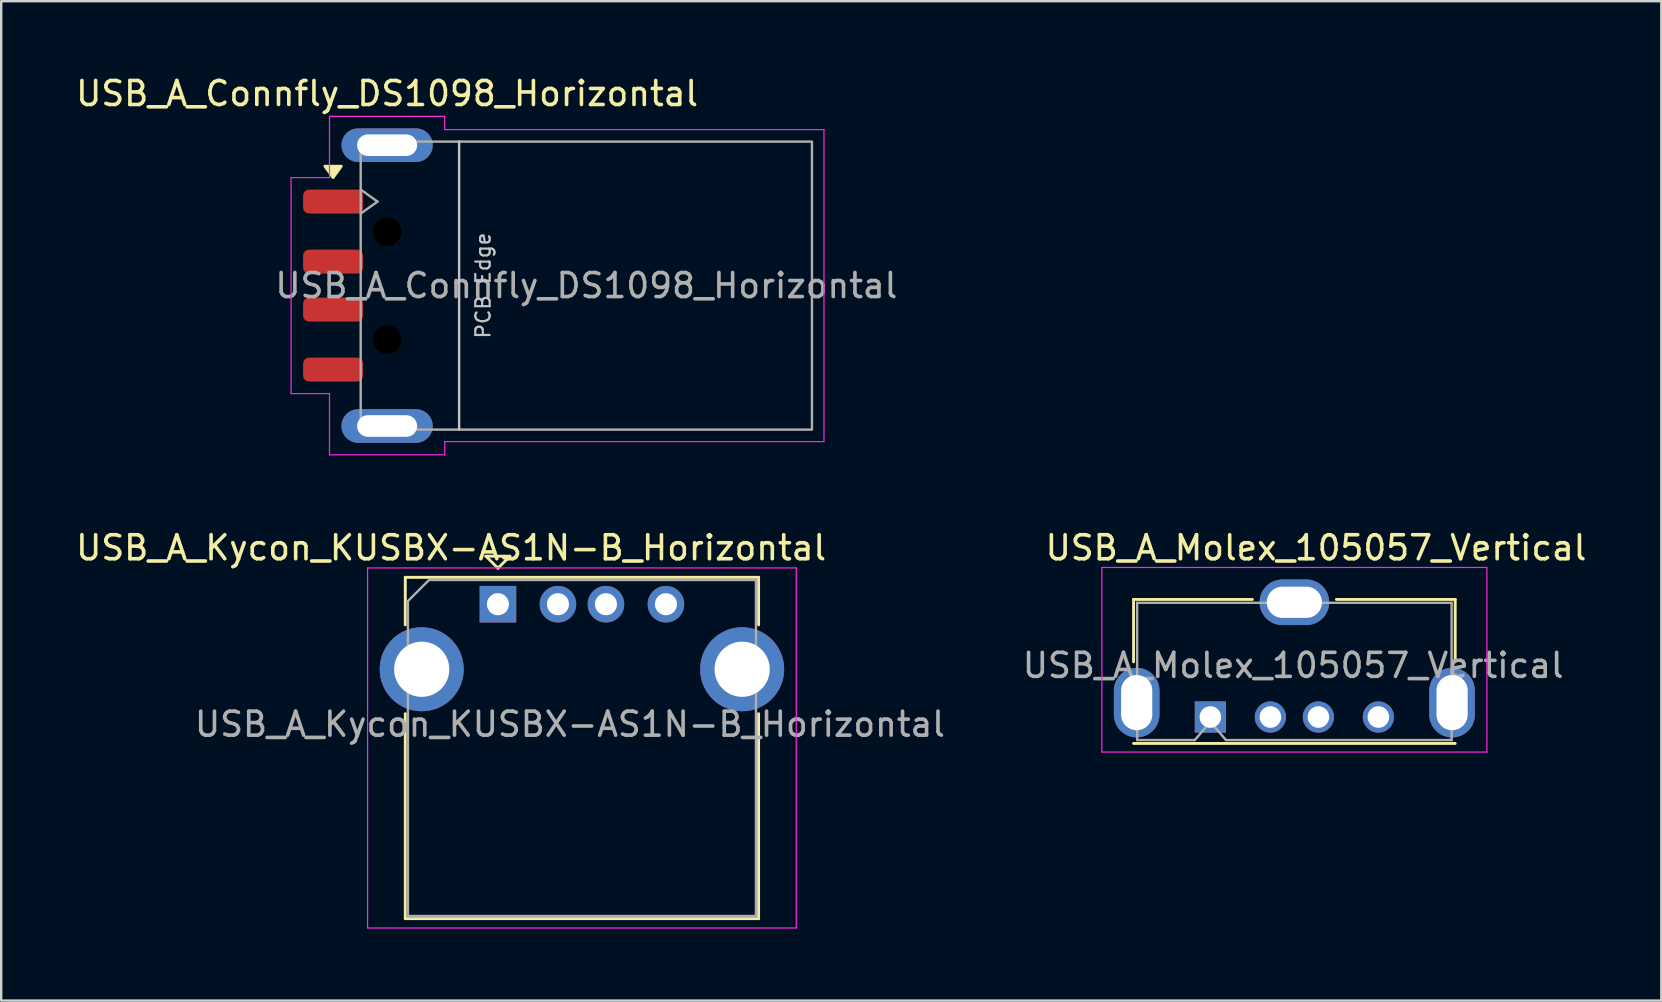
<source format=kicad_pcb>
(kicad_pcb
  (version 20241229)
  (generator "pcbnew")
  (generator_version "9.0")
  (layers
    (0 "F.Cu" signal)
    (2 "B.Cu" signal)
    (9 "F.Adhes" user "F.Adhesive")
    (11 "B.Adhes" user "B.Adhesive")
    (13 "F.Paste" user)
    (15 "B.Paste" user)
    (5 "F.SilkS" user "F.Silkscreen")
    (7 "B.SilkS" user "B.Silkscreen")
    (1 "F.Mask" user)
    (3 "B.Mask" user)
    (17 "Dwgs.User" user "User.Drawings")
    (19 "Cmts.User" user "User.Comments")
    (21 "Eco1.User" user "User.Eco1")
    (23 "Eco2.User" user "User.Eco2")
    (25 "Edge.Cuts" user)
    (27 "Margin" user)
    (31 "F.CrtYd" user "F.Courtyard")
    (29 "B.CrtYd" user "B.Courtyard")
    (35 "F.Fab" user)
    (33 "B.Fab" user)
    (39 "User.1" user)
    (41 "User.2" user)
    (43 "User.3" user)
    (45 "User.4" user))
  (footprint "USB_A_Kycon_KUSBX-AS1N-B_Horizontal"
    (layer "F.Cu")
    (at 17.694 22.122)
    (property "Reference" "USB_A_Kycon_KUSBX-AS1N-B_Horizontal" (at -1.95 -2.35 0) (layer "F.SilkS") (effects (font (size 1 1) (thickness 0.15))))
    (attr through_hole)
    (fp_line (start -3.86 -1.12) (end -3.86 0.86) (stroke (width 0.12) (type solid)) (layer "F.SilkS"))
    (fp_line (start -3.86 -1.12) (end 10.86 -1.12) (stroke (width 0.12) (type solid)) (layer "F.SilkS"))
    (fp_line (start -3.86 4.56) (end -3.86 13.1) (stroke (width 0.12) (type solid)) (layer "F.SilkS"))
    (fp_line (start -3.86 13.1) (end 10.86 13.1) (stroke (width 0.12) (type solid)) (layer "F.SilkS"))
    (fp_line (start -0.5 -2) (end 0 -1.5) (stroke (width 0.12) (type solid)) (layer "F.SilkS"))
    (fp_line (start 0 -1.5) (end 0.5 -2) (stroke (width 0.12) (type solid)) (layer "F.SilkS"))
    (fp_line (start 0.5 -2) (end -0.5 -2) (stroke (width 0.12) (type solid)) (layer "F.SilkS"))
    (fp_line (start 10.86 0.86) (end 10.86 -1.12) (stroke (width 0.12) (type solid)) (layer "F.SilkS"))
    (fp_line (start 10.86 4.56) (end 10.86 13.1) (stroke (width 0.12) (type solid)) (layer "F.SilkS"))
    (fp_line (start -5.43 -1.51) (end -5.43 13.49) (stroke (width 0.05) (type solid)) (layer "F.CrtYd"))
    (fp_line (start -5.43 -1.51) (end 12.43 -1.51) (stroke (width 0.05) (type solid)) (layer "F.CrtYd"))
    (fp_line (start 12.43 -1.51) (end 12.43 13.49) (stroke (width 0.05) (type solid)) (layer "F.CrtYd"))
    (fp_line (start 12.43 13.49) (end -5.43 13.49) (stroke (width 0.05) (type solid)) (layer "F.CrtYd"))
    (fp_line (start -3.75 -0.13) (end -3.75 12.99) (stroke (width 0.1) (type solid)) (layer "F.Fab"))
    (fp_line (start -3.75 12.99) (end 10.75 12.99) (stroke (width 0.1) (type solid)) (layer "F.Fab"))
    (fp_line (start -2.87 -1.01) (end -3.75 -0.13) (stroke (width 0.1) (type solid)) (layer "F.Fab"))
    (fp_line (start -2.87 -1.01) (end 10.75 -1.01) (stroke (width 0.1) (type solid)) (layer "F.Fab"))
    (fp_line (start 10.75 -1.01) (end 10.75 12.99) (stroke (width 0.1) (type solid)) (layer "F.Fab"))
    (fp_text user "${REFERENCE}" (at 3 5 0) (layer "F.Fab") (effects (font (size 1 1) (thickness 0.15))))
    (pad "1" thru_hole rect (at 0 0) (size 1.524 1.524) (drill 0.92) (layers "*.Cu" "*.Mask"))
    (pad "2" thru_hole circle (at 2.5 0) (size 1.524 1.524) (drill 0.92) (layers "*.Cu" "*.Mask"))
    (pad "3" thru_hole circle (at 4.5 0) (size 1.524 1.524) (drill 0.92) (layers "*.Cu" "*.Mask"))
    (pad "4" thru_hole circle (at 7 0) (size 1.524 1.524) (drill 0.92) (layers "*.Cu" "*.Mask"))
    (pad "5" thru_hole circle (at -3.175 2.71) (size 3.5 3.5) (drill 2.3) (layers "*.Cu" "*.Mask"))
    (pad "5" thru_hole circle (at 10.175 2.71) (size 3.5 3.5) (drill 2.3) (layers "*.Cu" "*.Mask")))
  (footprint "USB_A_Molex_105057_Vertical"
    (layer "F.Cu")
    (at 47.375 26.822)
    (property "Reference" "USB_A_Molex_105057_Vertical" (at 4.4 -7.05 0) (layer "F.SilkS") (effects (font (size 1 1) (thickness 0.15))))
    (attr through_hole)
    (fp_line (start -3.2 -4.9) (end -3.2 -2.3) (stroke (width 0.12) (type solid)) (layer "F.SilkS"))
    (fp_line (start -3.2 -4.9) (end 1.75 -4.9) (stroke (width 0.12) (type solid)) (layer "F.SilkS"))
    (fp_line (start 10.2 -4.9) (end 5.25 -4.9) (stroke (width 0.12) (type solid)) (layer "F.SilkS"))
    (fp_line (start 10.2 -4.9) (end 10.2 -2.3) (stroke (width 0.12) (type solid)) (layer "F.SilkS"))
    (fp_line (start 10.2 1.1) (end -3.2 1.1) (stroke (width 0.12) (type solid)) (layer "F.SilkS"))
    (fp_line (start -4.52 -6.23) (end 11.52 -6.23) (stroke (width 0.05) (type solid)) (layer "F.CrtYd"))
    (fp_line (start -4.52 1.46) (end -4.52 -6.23) (stroke (width 0.05) (type solid)) (layer "F.CrtYd"))
    (fp_line (start 11.52 -6.23) (end 11.52 1.46) (stroke (width 0.05) (type solid)) (layer "F.CrtYd"))
    (fp_line (start 11.52 1.46) (end -4.52 1.46) (stroke (width 0.05) (type solid)) (layer "F.CrtYd"))
    (fp_line (start -3.05 -4.76) (end 10.05 -4.76) (stroke (width 0.1) (type solid)) (layer "F.Fab"))
    (fp_line (start -3.05 0.96) (end -3.05 -4.76) (stroke (width 0.1) (type solid)) (layer "F.Fab"))
    (fp_line (start -0.65 0.96) (end -3.05 0.96) (stroke (width 0.1) (type solid)) (layer "F.Fab"))
    (fp_line (start -0.65 0.96) (end 0 0.2) (stroke (width 0.1) (type solid)) (layer "F.Fab"))
    (fp_line (start 0 0.2) (end 0.65 0.96) (stroke (width 0.1) (type solid)) (layer "F.Fab"))
    (fp_line (start 10.05 -4.76) (end 10.05 0.96) (stroke (width 0.1) (type solid)) (layer "F.Fab"))
    (fp_line (start 10.05 0.96) (end 0.65 0.96) (stroke (width 0.1) (type solid)) (layer "F.Fab"))
    (fp_text user "${REFERENCE}" (at 3.45 -2.15 0) (layer "F.Fab") (effects (font (size 1 1) (thickness 0.15))))
    (pad "1" thru_hole rect (at 0 0) (size 1.3 1.3) (drill 0.9) (layers "*.Cu" "*.Mask"))
    (pad "2" thru_hole circle (at 2.5 0) (size 1.3 1.3) (drill 0.9) (layers "*.Cu" "*.Mask"))
    (pad "3" thru_hole circle (at 4.5 0) (size 1.3 1.3) (drill 0.9) (layers "*.Cu" "*.Mask"))
    (pad "4" thru_hole circle (at 7 0) (size 1.3 1.3) (drill 0.9) (layers "*.Cu" "*.Mask"))
    (pad "5" thru_hole oval (at -3.07 -0.6 180) (size 1.9 2.9) (drill oval 1.3 2.3) (layers "*.Cu" "*.Mask"))
    (pad "5" thru_hole oval (at 3.5 -4.78 90) (size 1.9 2.9) (drill oval 1.3 2.3) (layers "*.Cu" "*.Mask"))
    (pad "5" thru_hole oval (at 10.07 -0.6) (size 1.9 2.9) (drill oval 1.3 2.3) (layers "*.Cu" "*.Mask")))
  (footprint "USB_A_Connfly_DS1098_Horizontal"
    (layer "F.Cu")
    (at 21.377 8.848)
    (property "Reference" "USB_A_Connfly_DS1098_Horizontal" (at -8.3 -8 0) (layer "F.SilkS") (effects (font (size 1 1) (thickness 0.15))))
    (attr smd)
    (fp_poly (pts (xy -10.55 -4.502) (xy -10.89 -4.972) (xy -10.21 -4.972)) (stroke (width 0.12) (type solid)) (fill yes) (layer "F.SilkS"))
    (fp_line (start -5.3 6) (end -5.3 -6) (stroke (width 0.1) (type solid)) (layer "Dwgs.User"))
    (fp_line (start -12.3 -4.5) (end -12.3 4.5) (stroke (width 0.05) (type solid)) (layer "F.CrtYd"))
    (fp_line (start -10.7 -7.05) (end -10.7 -4.5) (stroke (width 0.05) (type solid)) (layer "F.CrtYd"))
    (fp_line (start -10.7 -7.05) (end -5.9 -7.05) (stroke (width 0.05) (type solid)) (layer "F.CrtYd"))
    (fp_line (start -10.7 -4.5) (end -12.3 -4.5) (stroke (width 0.05) (type solid)) (layer "F.CrtYd"))
    (fp_line (start -10.7 4.5) (end -12.3 4.5) (stroke (width 0.05) (type solid)) (layer "F.CrtYd"))
    (fp_line (start -10.7 7.05) (end -10.7 4.5) (stroke (width 0.05) (type solid)) (layer "F.CrtYd"))
    (fp_line (start -10.7 7.05) (end -5.9 7.05) (stroke (width 0.05) (type solid)) (layer "F.CrtYd"))
    (fp_line (start -5.9 -7.05) (end -5.9 -6.5) (stroke (width 0.05) (type solid)) (layer "F.CrtYd"))
    (fp_line (start -5.9 -6.5) (end 9.9 -6.5) (stroke (width 0.05) (type solid)) (layer "F.CrtYd"))
    (fp_line (start -5.9 6.5) (end -5.9 7.05) (stroke (width 0.05) (type solid)) (layer "F.CrtYd"))
    (fp_line (start 9.9 -6.5) (end 9.9 6.5) (stroke (width 0.05) (type solid)) (layer "F.CrtYd"))
    (fp_line (start 9.9 6.5) (end -5.9 6.5) (stroke (width 0.05) (type solid)) (layer "F.CrtYd"))
    (fp_line (start -9.4 -3) (end -8.7 -3.5) (stroke (width 0.1) (type solid)) (layer "F.Fab"))
    (fp_line (start -8.7 -3.5) (end -9.4 -4) (stroke (width 0.1) (type solid)) (layer "F.Fab"))
    (fp_rect (start -9.4 -6) (end 9.4 6) (stroke (width 0.1) (type solid)) (fill no) (layer "F.Fab"))
    (fp_text user "PCB Edge" (at -4.3 0 90) (layer "Dwgs.User") (effects (font (size 0.6 0.6) (thickness 0.09))))
    (fp_text user "${REFERENCE}" (at 0 0 180) (layer "F.Fab") (effects (font (size 1 1) (thickness 0.15))))
    (pad "" np_thru_hole circle (at -8.3 -2.25) (size 1.2 1.2) (drill 1.2) (layers "*.Mask"))
    (pad "" np_thru_hole circle (at -8.3 2.25) (size 1.2 1.2) (drill 1.2) (layers "*.Mask"))
    (pad "1" smd roundrect (at -10.55 -3.5) (size 2.5 1) (layers "F.Cu" "F.Mask" "F.Paste") (roundrect_rratio 0.25))
    (pad "2" smd roundrect (at -10.55 -1) (size 2.5 1) (layers "F.Cu" "F.Mask" "F.Paste") (roundrect_rratio 0.25))
    (pad "3" smd roundrect (at -10.55 1) (size 2.5 1) (layers "F.Cu" "F.Mask" "F.Paste") (roundrect_rratio 0.25))
    (pad "4" smd roundrect (at -10.55 3.5) (size 2.5 1) (layers "F.Cu" "F.Mask" "F.Paste") (roundrect_rratio 0.25))
    (pad "5" thru_hole oval (at -8.3 -5.85) (size 3.8 1.4) (drill oval 2.5 0.9) (layers "*.Cu" "*.Mask"))
    (pad "5" thru_hole oval (at -8.3 5.85) (size 3.8 1.4) (drill oval 2.5 0.9) (layers "*.Cu" "*.Mask")))
  (gr_rect
    (start -3 -3)
    (end 66.162 38.636)
    (stroke (width 0.1) (type default))
    (fill no)
    (layer "Edge.Cuts")))
</source>
